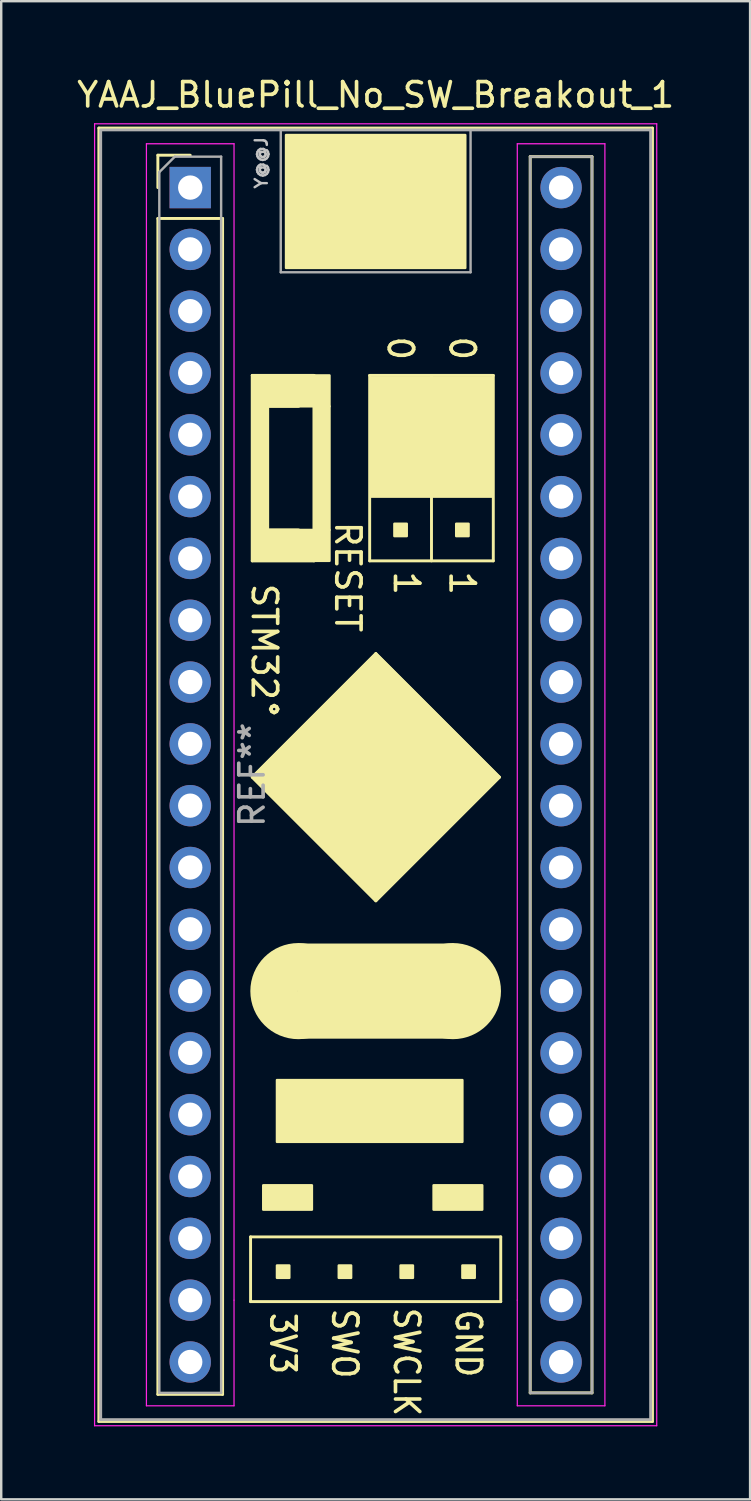
<source format=kicad_pcb>
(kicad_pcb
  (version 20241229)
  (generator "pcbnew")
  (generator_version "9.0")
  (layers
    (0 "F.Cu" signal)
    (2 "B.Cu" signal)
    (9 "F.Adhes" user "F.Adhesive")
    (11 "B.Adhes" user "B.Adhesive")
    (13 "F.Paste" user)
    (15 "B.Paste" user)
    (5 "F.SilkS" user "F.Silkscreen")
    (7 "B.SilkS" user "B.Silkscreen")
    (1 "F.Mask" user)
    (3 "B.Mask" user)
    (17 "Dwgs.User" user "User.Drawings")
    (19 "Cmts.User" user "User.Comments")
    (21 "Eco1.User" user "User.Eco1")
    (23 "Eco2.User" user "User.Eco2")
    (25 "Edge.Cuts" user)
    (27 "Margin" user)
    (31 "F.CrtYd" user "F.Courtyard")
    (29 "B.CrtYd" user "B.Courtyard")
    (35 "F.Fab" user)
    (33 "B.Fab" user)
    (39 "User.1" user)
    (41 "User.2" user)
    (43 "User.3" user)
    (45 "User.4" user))
  (footprint "YAAJ_BluePill_No_SW_Breakout_1"
    (layer "F.Cu")
    (at 4.767 4.658)
    (property "Reference" "YAAJ_BluePill_No_SW_Breakout_1" (at 7.62 -3.81 0) (layer "F.SilkS") (effects (font (size 1 1) (thickness 0.15))))
    (attr through_hole)
    (fp_line (start -3.755 -2.445) (end 18.995 -2.445) (stroke (width 0.12) (type solid)) (layer "F.SilkS"))
    (fp_line (start -3.755 50.705) (end -3.755 -2.445) (stroke (width 0.12) (type solid)) (layer "F.SilkS"))
    (fp_line (start -1.33 -1.33) (end 0 -1.33) (stroke (width 0.12) (type solid)) (layer "F.SilkS"))
    (fp_line (start -1.33 0) (end -1.33 -1.33) (stroke (width 0.12) (type solid)) (layer "F.SilkS"))
    (fp_line (start -1.33 1.27) (end 1.33 1.27) (stroke (width 0.12) (type solid)) (layer "F.SilkS"))
    (fp_line (start -1.33 49.59) (end -1.33 1.27) (stroke (width 0.12) (type solid)) (layer "F.SilkS"))
    (fp_line (start 1.33 1.27) (end 1.33 49.59) (stroke (width 0.12) (type solid)) (layer "F.SilkS"))
    (fp_line (start 1.33 49.59) (end -1.33 49.59) (stroke (width 0.12) (type solid)) (layer "F.SilkS"))
    (fp_line (start 2.48 43.12) (end 2.48 45.78) (stroke (width 0.12) (type solid)) (layer "F.SilkS"))
    (fp_line (start 2.48 45.78) (end 12.76 45.78) (stroke (width 0.12) (type solid)) (layer "F.SilkS"))
    (fp_line (start 2.548 7.719) (end 5.088 7.719) (stroke (width 0.12) (type solid)) (layer "F.SilkS"))
    (fp_line (start 2.548 15.339) (end 2.548 7.719) (stroke (width 0.12) (type solid)) (layer "F.SilkS"))
    (fp_line (start 2.548 24.229) (end 7.628 19.149) (stroke (width 0.12) (type solid)) (layer "F.SilkS"))
    (fp_line (start 3.183 8.989) (end 4.453 8.989) (stroke (width 0.12) (type solid)) (layer "F.SilkS"))
    (fp_line (start 3.183 14.069) (end 3.183 8.989) (stroke (width 0.12) (type solid)) (layer "F.SilkS"))
    (fp_line (start 4.135 2.004) (end 11.12 2.004) (stroke (width 0.12) (type solid)) (layer "F.SilkS"))
    (fp_line (start 4.453 14.069) (end 3.183 14.069) (stroke (width 0.12) (type solid)) (layer "F.SilkS"))
    (fp_line (start 5.088 7.719) (end 5.088 15.339) (stroke (width 0.12) (type solid)) (layer "F.SilkS"))
    (fp_line (start 5.088 15.339) (end 2.548 15.339) (stroke (width 0.12) (type solid)) (layer "F.SilkS"))
    (fp_line (start 7.374 7.719) (end 7.374 15.339) (stroke (width 0.12) (type solid)) (layer "F.SilkS"))
    (fp_line (start 7.374 15.339) (end 12.454 15.339) (stroke (width 0.12) (type solid)) (layer "F.SilkS"))
    (fp_line (start 7.628 19.149) (end 12.708 24.229) (stroke (width 0.12) (type solid)) (layer "F.SilkS"))
    (fp_line (start 7.628 29.309) (end 2.548 24.229) (stroke (width 0.12) (type solid)) (layer "F.SilkS"))
    (fp_line (start 9.914 7.719) (end 9.914 15.339) (stroke (width 0.12) (type solid)) (layer "F.SilkS"))
    (fp_line (start 12.454 7.719) (end 7.374 7.719) (stroke (width 0.12) (type solid)) (layer "F.SilkS"))
    (fp_line (start 12.454 15.339) (end 12.454 7.719) (stroke (width 0.12) (type solid)) (layer "F.SilkS"))
    (fp_line (start 12.708 24.229) (end 7.628 29.309) (stroke (width 0.12) (type solid)) (layer "F.SilkS"))
    (fp_line (start 12.76 43.12) (end 2.48 43.12) (stroke (width 0.12) (type solid)) (layer "F.SilkS"))
    (fp_line (start 12.76 45.78) (end 12.76 43.12) (stroke (width 0.12) (type solid)) (layer "F.SilkS"))
    (fp_line (start 13.97 -1.27) (end 16.51 -1.27) (stroke (width 0.12) (type solid)) (layer "F.SilkS"))
    (fp_line (start 13.97 49.53) (end 13.97 -1.27) (stroke (width 0.12) (type solid)) (layer "F.SilkS"))
    (fp_line (start 16.51 -1.27) (end 16.51 49.53) (stroke (width 0.12) (type solid)) (layer "F.SilkS"))
    (fp_line (start 16.51 49.53) (end 13.97 49.53) (stroke (width 0.12) (type solid)) (layer "F.SilkS"))
    (fp_line (start 18.995 -2.445) (end 18.995 50.705) (stroke (width 0.12) (type solid)) (layer "F.SilkS"))
    (fp_line (start 18.995 50.705) (end -3.755 50.705) (stroke (width 0.12) (type solid)) (layer "F.SilkS"))
    (fp_circle (center 4.445 33.02) (end 4.445 34.02) (stroke (width 1.95) (type solid)) (fill no) (layer "F.SilkS"))
    (fp_circle (center 10.795 33.02) (end 10.795 34.02) (stroke (width 1.95) (type solid)) (fill no) (layer "F.SilkS"))
    (fp_poly (pts (xy 2.548 7.719) (xy 5.723 7.719) (xy 5.723 8.989) (xy 2.548 8.989)) (stroke (width 0.1) (type solid)) (fill yes) (layer "F.SilkS"))
    (fp_poly (pts (xy 2.548 8.989) (xy 3.183 8.989) (xy 3.183 14.069) (xy 2.548 14.069)) (stroke (width 0.1) (type solid)) (fill yes) (layer "F.SilkS"))
    (fp_poly (pts (xy 2.548 14.069) (xy 5.723 14.069) (xy 5.723 15.339) (xy 2.548 15.339)) (stroke (width 0.1) (type solid)) (fill yes) (layer "F.SilkS"))
    (fp_poly (pts (xy 3.564 36.675) (xy 11.184 36.675) (xy 11.184 39.215) (xy 3.564 39.215)) (stroke (width 0.1) (type solid)) (fill yes) (layer "F.SilkS"))
    (fp_poly (pts (xy 3.564 44.295) (xy 3.564 44.803) (xy 4.072 44.803) (xy 4.072 44.295)) (stroke (width 0.1) (type solid)) (fill yes) (layer "F.SilkS"))
    (fp_poly (pts (xy 3.937 -2.159) (xy 3.937 3.302) (xy 11.303 3.302) (xy 11.303 -2.159)) (stroke (width 0.1) (type solid)) (fill yes) (layer "F.SilkS"))
    (fp_poly (pts (xy 5 42) (xy 5 41) (xy 3 41) (xy 3 42)) (stroke (width 0.1) (type solid)) (fill yes) (layer "F.SilkS"))
    (fp_poly (pts (xy 5.088 8.989) (xy 5.723 8.989) (xy 5.723 14.069) (xy 5.088 14.069)) (stroke (width 0.1) (type solid)) (fill yes) (layer "F.SilkS"))
    (fp_poly (pts (xy 6.104 44.295) (xy 6.104 44.803) (xy 6.612 44.803) (xy 6.612 44.295)) (stroke (width 0.1) (type solid)) (fill yes) (layer "F.SilkS"))
    (fp_poly (pts (xy 7.628 19.149) (xy 2.548 24.229) (xy 7.628 29.309) (xy 12.708 24.229)) (stroke (width 0.1) (type solid)) (fill yes) (layer "F.SilkS"))
    (fp_poly (pts (xy 8.39 8.735) (xy 8.898 8.735) (xy 8.898 9.243) (xy 8.39 9.243)) (stroke (width 0.1) (type solid)) (fill yes) (layer "F.SilkS"))
    (fp_poly (pts (xy 8.39 11.275) (xy 8.898 11.275) (xy 8.898 11.783) (xy 8.39 11.783)) (stroke (width 0.1) (type solid)) (fill yes) (layer "F.SilkS"))
    (fp_poly (pts (xy 8.39 13.815) (xy 8.39 14.323) (xy 8.898 14.323) (xy 8.898 13.815)) (stroke (width 0.1) (type solid)) (fill yes) (layer "F.SilkS"))
    (fp_poly (pts (xy 8.644 44.295) (xy 8.644 44.803) (xy 9.152 44.803) (xy 9.152 44.295)) (stroke (width 0.1) (type solid)) (fill yes) (layer "F.SilkS"))
    (fp_poly (pts (xy 10.795 31.115) (xy 10.795 34.925) (xy 4.445 34.925) (xy 4.445 31.115)) (stroke (width 0.1) (type solid)) (fill yes) (layer "F.SilkS"))
    (fp_poly (pts (xy 10.93 8.735) (xy 10.93 9.243) (xy 11.438 9.243) (xy 11.438 8.735)) (stroke (width 0.1) (type solid)) (fill yes) (layer "F.SilkS"))
    (fp_poly (pts (xy 10.93 11.275) (xy 11.438 11.275) (xy 11.438 11.783) (xy 10.93 11.783)) (stroke (width 0.1) (type solid)) (fill yes) (layer "F.SilkS"))
    (fp_poly (pts (xy 10.93 13.815) (xy 11.438 13.815) (xy 11.438 14.323) (xy 10.93 14.323)) (stroke (width 0.1) (type solid)) (fill yes) (layer "F.SilkS"))
    (fp_poly (pts (xy 11.184 44.295) (xy 11.184 44.803) (xy 11.692 44.803) (xy 11.692 44.295)) (stroke (width 0.1) (type solid)) (fill yes) (layer "F.SilkS"))
    (fp_poly (pts (xy 12 41) (xy 10 41) (xy 10 42) (xy 12 42)) (stroke (width 0.1) (type solid)) (fill yes) (layer "F.SilkS"))
    (fp_poly (pts (xy 12.4 7.8) (xy 12.4 12.7) (xy 7.4 12.7) (xy 7.4 7.8)) (stroke (width 0.1) (type solid)) (fill yes) (layer "F.SilkS"))
    (fp_line (start -3.93 -2.62) (end 19.17 -2.62) (stroke (width 0.05) (type solid)) (layer "F.CrtYd"))
    (fp_line (start -3.93 50.88) (end -3.93 -2.62) (stroke (width 0.05) (type solid)) (layer "F.CrtYd"))
    (fp_line (start -1.8 -1.8) (end -1.8 50.06) (stroke (width 0.05) (type solid)) (layer "F.CrtYd"))
    (fp_line (start -1.8 50.06) (end 1.8 50.06) (stroke (width 0.05) (type solid)) (layer "F.CrtYd"))
    (fp_line (start 1.8 -1.8) (end -1.8 -1.8) (stroke (width 0.05) (type solid)) (layer "F.CrtYd"))
    (fp_line (start 1.8 -1.8) (end 1.8 45.72) (stroke (width 0.05) (type solid)) (layer "F.CrtYd"))
    (fp_line (start 1.8 45.72) (end 1.8 50.06) (stroke (width 0.05) (type solid)) (layer "F.CrtYd"))
    (fp_line (start 13.44 -1.8) (end 13.44 45.72) (stroke (width 0.05) (type solid)) (layer "F.CrtYd"))
    (fp_line (start 13.44 -1.8) (end 17.04 -1.8) (stroke (width 0.05) (type solid)) (layer "F.CrtYd"))
    (fp_line (start 13.44 45.72) (end 13.44 50.06) (stroke (width 0.05) (type solid)) (layer "F.CrtYd"))
    (fp_line (start 17.04 -1.8) (end 17.04 50.06) (stroke (width 0.05) (type solid)) (layer "F.CrtYd"))
    (fp_line (start 17.04 50.06) (end 13.44 50.06) (stroke (width 0.05) (type solid)) (layer "F.CrtYd"))
    (fp_line (start 19.17 -2.62) (end 19.17 50.88) (stroke (width 0.05) (type solid)) (layer "F.CrtYd"))
    (fp_line (start 19.17 50.88) (end -3.93 50.88) (stroke (width 0.05) (type solid)) (layer "F.CrtYd"))
    (fp_line (start -3.68 -2.37) (end 18.92 -2.37) (stroke (width 0.12) (type solid)) (layer "F.Fab"))
    (fp_line (start -3.68 50.63) (end -3.68 -2.32) (stroke (width 0.12) (type solid)) (layer "F.Fab"))
    (fp_line (start -3.68 50.63) (end 18.92 50.63) (stroke (width 0.12) (type solid)) (layer "F.Fab"))
    (fp_line (start -1.27 -0.635) (end -0.635 -1.27) (stroke (width 0.1) (type solid)) (layer "F.Fab"))
    (fp_line (start -1.27 49.53) (end -1.27 -0.635) (stroke (width 0.1) (type solid)) (layer "F.Fab"))
    (fp_line (start -0.635 -1.27) (end 1.27 -1.27) (stroke (width 0.1) (type solid)) (layer "F.Fab"))
    (fp_line (start 1.27 -1.27) (end 1.27 49.53) (stroke (width 0.1) (type solid)) (layer "F.Fab"))
    (fp_line (start 1.27 49.53) (end -1.27 49.53) (stroke (width 0.1) (type solid)) (layer "F.Fab"))
    (fp_line (start 3.72 3.48) (end 3.72 -2.32) (stroke (width 0.1) (type solid)) (layer "F.Fab"))
    (fp_line (start 3.72 3.48) (end 11.52 3.48) (stroke (width 0.1) (type solid)) (layer "F.Fab"))
    (fp_line (start 11.52 3.48) (end 11.52 -2.32) (stroke (width 0.1) (type solid)) (layer "F.Fab"))
    (fp_line (start 13.97 -1.27) (end 16.51 -1.27) (stroke (width 0.1) (type solid)) (layer "F.Fab"))
    (fp_line (start 13.97 49.53) (end 13.97 -1.27) (stroke (width 0.1) (type solid)) (layer "F.Fab"))
    (fp_line (start 16.51 -1.27) (end 16.51 49.53) (stroke (width 0.1) (type solid)) (layer "F.Fab"))
    (fp_line (start 16.51 49.53) (end 13.97 49.53) (stroke (width 0.1) (type solid)) (layer "F.Fab"))
    (fp_line (start 18.92 -2.37) (end 18.92 50.63) (stroke (width 0.12) (type solid)) (layer "F.Fab"))
    (fp_text user "SWO" (at 6.35 47.498 270) (unlocked yes) (layer "F.SilkS") (effects (font (size 1 0.9) (thickness 0.15))))
    (fp_text user "1" (at 11.176 16.256 270) (unlocked yes) (layer "F.SilkS") (effects (font (size 1 1) (thickness 0.15))))
    (fp_text user "SWCLK" (at 8.89 48.26 270) (unlocked yes) (layer "F.SilkS") (effects (font (size 1 0.9) (thickness 0.15))))
    (fp_text user "0" (at 11.176 6.604 270) (unlocked yes) (layer "F.SilkS") (effects (font (size 1 1) (thickness 0.15))))
    (fp_text user "GND" (at 11.43 47.498 270) (unlocked yes) (layer "F.SilkS") (effects (font (size 1 0.9) (thickness 0.15))))
    (fp_text user "1" (at 8.89 16.256 270) (unlocked yes) (layer "F.SilkS") (effects (font (size 1 1) (thickness 0.15))))
    (fp_text user "0" (at 8.636 6.604 270) (unlocked yes) (layer "F.SilkS") (effects (font (size 1 1) (thickness 0.15))))
    (fp_text user "RESET" (at 6.477 16.002 270) (unlocked yes) (layer "F.SilkS") (effects (font (size 1 1) (thickness 0.15))))
    (fp_text user "3V3" (at 3.81 47.498 270) (unlocked yes) (layer "F.SilkS") (effects (font (size 1 0.9) (thickness 0.15))))
    (fp_text user "STM32°" (at 3.048 19.05 270) (unlocked yes) (layer "F.SilkS") (effects (font (size 1 1) (thickness 0.15))))
    (fp_text user "Y@@J" (at 2.921 -1.016 90) (unlocked yes) (layer "Dwgs.User") (effects (font (size 0.5 0.5) (thickness 0.1))))
    (fp_text user "REF**" (at 2.54 24.13 90) (layer "F.Fab") (effects (font (size 1 1) (thickness 0.15))))
    (pad "1" thru_hole rect (at 0 0) (size 1.7 1.7) (drill 1) (layers "*.Cu" "*.Mask"))
    (pad "2" thru_hole circle (at 0 2.54) (size 1.7 1.7) (drill 1) (layers "*.Cu" "*.Mask"))
    (pad "3" thru_hole circle (at 0 5.08) (size 1.7 1.7) (drill 1) (layers "*.Cu" "*.Mask"))
    (pad "4" thru_hole circle (at 0 7.62) (size 1.7 1.7) (drill 1) (layers "*.Cu" "*.Mask"))
    (pad "5" thru_hole circle (at 0 10.16) (size 1.7 1.7) (drill 1) (layers "*.Cu" "*.Mask"))
    (pad "6" thru_hole circle (at 0 12.7) (size 1.7 1.7) (drill 1) (layers "*.Cu" "*.Mask"))
    (pad "7" thru_hole circle (at 0 15.24) (size 1.7 1.7) (drill 1) (layers "*.Cu" "*.Mask"))
    (pad "8" thru_hole circle (at 0 17.78) (size 1.7 1.7) (drill 1) (layers "*.Cu" "*.Mask"))
    (pad "9" thru_hole circle (at 0 20.32) (size 1.7 1.7) (drill 1) (layers "*.Cu" "*.Mask"))
    (pad "10" thru_hole circle (at 0 22.86) (size 1.7 1.7) (drill 1) (layers "*.Cu" "*.Mask"))
    (pad "11" thru_hole circle (at 0 25.4) (size 1.7 1.7) (drill 1) (layers "*.Cu" "*.Mask"))
    (pad "12" thru_hole circle (at 0 27.94) (size 1.7 1.7) (drill 1) (layers "*.Cu" "*.Mask"))
    (pad "13" thru_hole circle (at 0 30.48) (size 1.7 1.7) (drill 1) (layers "*.Cu" "*.Mask"))
    (pad "14" thru_hole circle (at 0 33.02) (size 1.7 1.7) (drill 1) (layers "*.Cu" "*.Mask"))
    (pad "15" thru_hole circle (at 0 35.56) (size 1.7 1.7) (drill 1) (layers "*.Cu" "*.Mask"))
    (pad "16" thru_hole circle (at 0 38.1) (size 1.7 1.7) (drill 1) (layers "*.Cu" "*.Mask"))
    (pad "17" thru_hole circle (at 0 40.64) (size 1.7 1.7) (drill 1) (layers "*.Cu" "*.Mask"))
    (pad "18" thru_hole circle (at 0 43.18) (size 1.7 1.7) (drill 1) (layers "*.Cu" "*.Mask"))
    (pad "19" thru_hole circle (at 0 45.72) (size 1.7 1.7) (drill 1) (layers "*.Cu" "*.Mask"))
    (pad "20" thru_hole circle (at 0 48.26) (size 1.7 1.7) (drill 1) (layers "*.Cu" "*.Mask"))
    (pad "21" thru_hole circle (at 15.24 48.26) (size 1.7 1.7) (drill 1) (layers "*.Cu" "*.Mask"))
    (pad "22" thru_hole circle (at 15.24 45.72) (size 1.7 1.7) (drill 1) (layers "*.Cu" "*.Mask"))
    (pad "23" thru_hole circle (at 15.24 43.18) (size 1.7 1.7) (drill 1) (layers "*.Cu" "*.Mask"))
    (pad "24" thru_hole circle (at 15.24 40.64) (size 1.7 1.7) (drill 1) (layers "*.Cu" "*.Mask"))
    (pad "25" thru_hole circle (at 15.24 38.1) (size 1.7 1.7) (drill 1) (layers "*.Cu" "*.Mask"))
    (pad "26" thru_hole circle (at 15.24 35.56) (size 1.7 1.7) (drill 1) (layers "*.Cu" "*.Mask"))
    (pad "27" thru_hole circle (at 15.24 33.02) (size 1.7 1.7) (drill 1) (layers "*.Cu" "*.Mask"))
    (pad "28" thru_hole circle (at 15.24 30.48) (size 1.7 1.7) (drill 1) (layers "*.Cu" "*.Mask"))
    (pad "29" thru_hole circle (at 15.24 27.94) (size 1.7 1.7) (drill 1) (layers "*.Cu" "*.Mask"))
    (pad "30" thru_hole circle (at 15.24 25.4) (size 1.7 1.7) (drill 1) (layers "*.Cu" "*.Mask"))
    (pad "31" thru_hole circle (at 15.24 22.86) (size 1.7 1.7) (drill 1) (layers "*.Cu" "*.Mask"))
    (pad "32" thru_hole circle (at 15.24 20.32) (size 1.7 1.7) (drill 1) (layers "*.Cu" "*.Mask"))
    (pad "33" thru_hole circle (at 15.24 17.78) (size 1.7 1.7) (drill 1) (layers "*.Cu" "*.Mask"))
    (pad "34" thru_hole circle (at 15.24 15.24) (size 1.7 1.7) (drill 1) (layers "*.Cu" "*.Mask"))
    (pad "35" thru_hole circle (at 15.24 12.7) (size 1.7 1.7) (drill 1) (layers "*.Cu" "*.Mask"))
    (pad "36" thru_hole circle (at 15.24 10.16) (size 1.7 1.7) (drill 1) (layers "*.Cu" "*.Mask"))
    (pad "37" thru_hole circle (at 15.24 7.62) (size 1.7 1.7) (drill 1) (layers "*.Cu" "*.Mask"))
    (pad "38" thru_hole circle (at 15.24 5.08) (size 1.7 1.7) (drill 1) (layers "*.Cu" "*.Mask"))
    (pad "39" thru_hole circle (at 15.24 2.54) (size 1.7 1.7) (drill 1) (layers "*.Cu" "*.Mask"))
    (pad "40" thru_hole circle (at 15.24 0) (size 1.7 1.7) (drill 1) (layers "*.Cu" "*.Mask")))
  (gr_rect
    (start -3 -3)
    (end 27.774 58.563)
    (stroke (width 0.1) (type default))
    (fill no)
    (layer "Edge.Cuts")))
</source>
